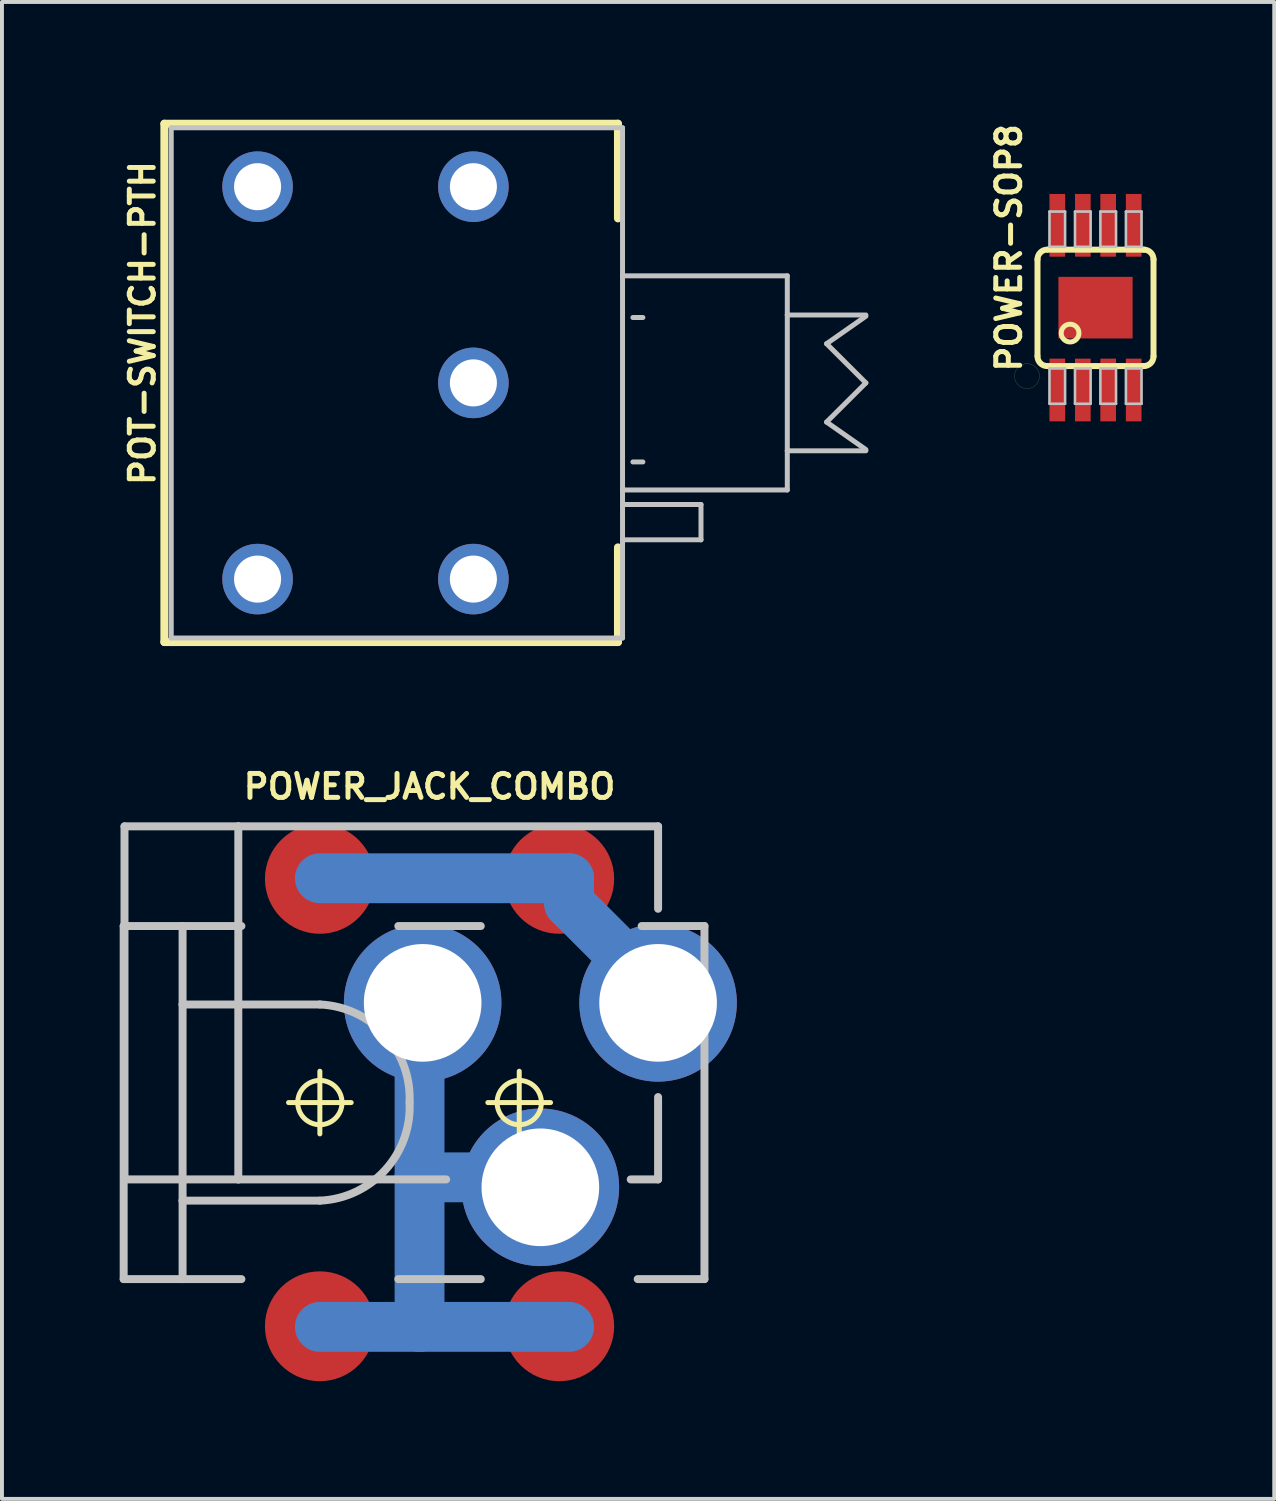
<source format=kicad_pcb>
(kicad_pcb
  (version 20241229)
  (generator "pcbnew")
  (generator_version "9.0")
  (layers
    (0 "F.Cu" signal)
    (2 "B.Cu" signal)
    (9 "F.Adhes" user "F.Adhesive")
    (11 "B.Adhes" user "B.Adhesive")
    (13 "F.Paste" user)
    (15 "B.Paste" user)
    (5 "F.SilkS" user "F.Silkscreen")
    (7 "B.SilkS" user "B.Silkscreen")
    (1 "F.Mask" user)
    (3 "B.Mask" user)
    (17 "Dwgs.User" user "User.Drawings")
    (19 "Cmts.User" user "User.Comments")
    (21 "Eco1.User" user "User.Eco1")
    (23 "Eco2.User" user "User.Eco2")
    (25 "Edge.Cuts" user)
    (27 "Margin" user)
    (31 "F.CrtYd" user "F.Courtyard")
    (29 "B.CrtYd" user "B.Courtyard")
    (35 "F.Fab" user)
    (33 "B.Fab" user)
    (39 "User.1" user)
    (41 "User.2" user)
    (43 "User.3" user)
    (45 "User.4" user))
  (footprint "POWER_JACK_COMBO"
    (layer "F.Cu")
    (at 5.1 25.043)
    (property "Reference" "POWER_JACK_COMBO" (at 2.794 -8.052 0) (layer "F.SilkS") (effects (font (size 0.61 0.61) (thickness 0.127))))
    (attr smd)
    (fp_line (start 0 -5.715) (end 6.35 -5.715) (stroke (width 1.27) (type solid)) (layer "B.Cu"))
    (fp_line (start 2.54 -2.54) (end 2.54 1.905) (stroke (width 1.27) (type solid)) (layer "B.Cu"))
    (fp_line (start 2.54 1.905) (end 2.54 5.715) (stroke (width 1.27) (type solid)) (layer "B.Cu"))
    (fp_line (start 2.54 5.715) (end 0 5.715) (stroke (width 1.27) (type solid)) (layer "B.Cu"))
    (fp_line (start 5.715 1.905) (end 2.54 1.905) (stroke (width 1.27) (type solid)) (layer "B.Cu"))
    (fp_line (start 6.35 -5.715) (end 6.35 -5.08) (stroke (width 1.27) (type solid)) (layer "B.Cu"))
    (fp_line (start 6.35 -5.08) (end 8.89 -2.54) (stroke (width 1.27) (type solid)) (layer "B.Cu"))
    (fp_line (start 6.35 5.715) (end 2.54 5.715) (stroke (width 1.27) (type solid)) (layer "B.Cu"))
    (fp_line (start -0.798 0) (end 0.798 0) (stroke (width 0.127) (type solid)) (layer "F.SilkS"))
    (fp_line (start 0 0.798) (end 0 -0.798) (stroke (width 0.127) (type solid)) (layer "F.SilkS"))
    (fp_line (start 4.28 0) (end 5.878 0) (stroke (width 0.127) (type solid)) (layer "F.SilkS"))
    (fp_line (start 5.08 0.798) (end 5.08 -0.798) (stroke (width 0.127) (type solid)) (layer "F.SilkS"))
    (fp_circle (center 0 0) (end -0.399 0.399) (stroke (width 0.127) (type solid)) (fill no) (layer "F.SilkS"))
    (fp_circle (center 5.08 0) (end 5.479 0.399) (stroke (width 0.127) (type solid)) (fill no) (layer "F.SilkS"))
    (fp_line (start -4.999 -4.498) (end -4.999 4.498) (stroke (width 0.203) (type solid)) (layer "Dwgs.User"))
    (fp_line (start -4.999 -4.498) (end -3.498 -4.498) (stroke (width 0.203) (type solid)) (layer "Dwgs.User"))
    (fp_line (start -4.978 1.958) (end -4.978 -7.038) (stroke (width 0.203) (type solid)) (layer "Dwgs.User"))
    (fp_line (start -4.978 1.958) (end -2.078 1.958) (stroke (width 0.203) (type solid)) (layer "Dwgs.User"))
    (fp_line (start -3.498 -4.498) (end -3.498 -2.499) (stroke (width 0.203) (type solid)) (layer "Dwgs.User"))
    (fp_line (start -3.498 -4.498) (end -1.999 -4.498) (stroke (width 0.203) (type solid)) (layer "Dwgs.User"))
    (fp_line (start -3.498 -2.499) (end -3.498 2.499) (stroke (width 0.203) (type solid)) (layer "Dwgs.User"))
    (fp_line (start -3.498 -2.499) (end 0 -2.499) (stroke (width 0.203) (type solid)) (layer "Dwgs.User"))
    (fp_line (start -3.498 2.499) (end -3.498 4.498) (stroke (width 0.203) (type solid)) (layer "Dwgs.User"))
    (fp_line (start -3.498 4.498) (end -4.999 4.498) (stroke (width 0.203) (type solid)) (layer "Dwgs.User"))
    (fp_line (start -2.078 -7.038) (end -4.978 -7.038) (stroke (width 0.203) (type solid)) (layer "Dwgs.User"))
    (fp_line (start -2.078 -7.038) (end -2.078 1.958) (stroke (width 0.203) (type solid)) (layer "Dwgs.User"))
    (fp_line (start -2.078 -7.038) (end 8.618 -7.038) (stroke (width 0.203) (type solid)) (layer "Dwgs.User"))
    (fp_line (start -2.078 1.958) (end 3.218 1.958) (stroke (width 0.203) (type solid)) (layer "Dwgs.User"))
    (fp_line (start -1.999 4.498) (end -3.498 4.498) (stroke (width 0.203) (type solid)) (layer "Dwgs.User"))
    (fp_line (start 0 2.499) (end -3.498 2.499) (stroke (width 0.203) (type solid)) (layer "Dwgs.User"))
    (fp_line (start 1.999 -4.498) (end 4.1 -4.498) (stroke (width 0.203) (type solid)) (layer "Dwgs.User"))
    (fp_line (start 4.1 4.498) (end 1.999 4.498) (stroke (width 0.203) (type solid)) (layer "Dwgs.User"))
    (fp_line (start 8.199 -4.498) (end 9.799 -4.498) (stroke (width 0.203) (type solid)) (layer "Dwgs.User"))
    (fp_line (start 8.618 -7.038) (end 8.618 -4.938) (stroke (width 0.203) (type solid)) (layer "Dwgs.User"))
    (fp_line (start 8.618 1.958) (end 7.92 1.958) (stroke (width 0.203) (type solid)) (layer "Dwgs.User"))
    (fp_line (start 8.618 1.958) (end 8.618 -0.14) (stroke (width 0.203) (type solid)) (layer "Dwgs.User"))
    (fp_line (start 9.799 -4.498) (end 9.799 4.498) (stroke (width 0.203) (type solid)) (layer "Dwgs.User"))
    (fp_line (start 9.799 4.498) (end 8.098 4.498) (stroke (width 0.203) (type solid)) (layer "Dwgs.User"))
    (fp_arc (start 0 -2.49936) (mid 1.660634 -1.723126) (end 2.286 0) (stroke (width 0.2032) (type solid)) (layer "Dwgs.User"))
    (fp_arc (start 2.286 0) (mid 1.660634 1.723126) (end 0 2.49936) (stroke (width 0.2032) (type solid)) (layer "Dwgs.User"))
    (pad "GND" thru_hole circle (at 5.618 2.159) (size 4.013 4.013) (drill 2.997) (layers "*.Cu" "*.Paste" "*.Mask"))
    (pad "GND@" smd circle (at 0 5.7) (size 2.799 2.799) (layers "F.Cu" "F.Mask" "F.Paste"))
    (pad "GND@" thru_hole circle (at 2.619 -2.54) (size 4.013 4.013) (drill 2.997) (layers "*.Cu" "*.Paste" "*.Mask"))
    (pad "GND@" smd circle (at 6.099 5.7) (size 2.799 2.799) (layers "F.Cu" "F.Mask" "F.Paste"))
    (pad "POWE" smd circle (at 0 -5.7) (size 2.799 2.799) (layers "F.Cu" "F.Mask" "F.Paste"))
    (pad "POWE" smd circle (at 6.099 -5.7) (size 2.799 2.799) (layers "F.Cu" "F.Mask" "F.Paste"))
    (pad "POWE" thru_hole circle (at 8.618 -2.54) (size 4.013 4.013) (drill 2.997) (layers "*.Cu" "*.Paste" "*.Mask")))
  (footprint "POT-SWITCH-PTH"
    (layer "F.Cu")
    (at 9.012 6.706)
    (property "Reference" "POT-SWITCH-PTH" (at -8.433 -1.524 90) (layer "F.SilkS") (effects (font (size 0.61 0.61) (thickness 0.127))))
    (attr exclude_from_pos_files exclude_from_bom)
    (fp_line (start -7.874 -6.604) (end 3.683 -6.604) (stroke (width 0.203) (type solid)) (layer "F.SilkS"))
    (fp_line (start -7.874 6.604) (end -7.874 -6.604) (stroke (width 0.203) (type solid)) (layer "F.SilkS"))
    (fp_line (start -7.874 6.604) (end 3.683 6.604) (stroke (width 0.203) (type solid)) (layer "F.SilkS"))
    (fp_line (start 3.683 -6.604) (end 3.683 -4.191) (stroke (width 0.203) (type solid)) (layer "F.SilkS"))
    (fp_line (start 3.683 6.604) (end 3.683 4.191) (stroke (width 0.203) (type solid)) (layer "F.SilkS"))
    (fp_line (start -7.699 -6.5) (end -7.699 6.5) (stroke (width 0.127) (type solid)) (layer "Dwgs.User"))
    (fp_line (start -7.699 -6.5) (end 3.8 -6.5) (stroke (width 0.127) (type solid)) (layer "Dwgs.User"))
    (fp_line (start -7.699 6.5) (end 3.8 6.5) (stroke (width 0.127) (type solid)) (layer "Dwgs.User"))
    (fp_line (start 3.8 -6.5) (end 3.8 -2.728) (stroke (width 0.127) (type solid)) (layer "Dwgs.User"))
    (fp_line (start 3.8 -2.728) (end 3.8 2.728) (stroke (width 0.127) (type solid)) (layer "Dwgs.User"))
    (fp_line (start 3.8 -2.728) (end 7.998 -2.728) (stroke (width 0.127) (type solid)) (layer "Dwgs.User"))
    (fp_line (start 3.8 2.728) (end 3.8 3.099) (stroke (width 0.127) (type solid)) (layer "Dwgs.User"))
    (fp_line (start 3.8 3.099) (end 3.8 3.998) (stroke (width 0.127) (type solid)) (layer "Dwgs.User"))
    (fp_line (start 3.8 3.099) (end 5.799 3.099) (stroke (width 0.127) (type solid)) (layer "Dwgs.User"))
    (fp_line (start 3.8 3.998) (end 3.8 6.5) (stroke (width 0.127) (type solid)) (layer "Dwgs.User"))
    (fp_line (start 4.318 -1.666) (end 4.064 -1.666) (stroke (width 0.127) (type solid)) (layer "Dwgs.User"))
    (fp_line (start 4.318 2.014) (end 4.064 2.014) (stroke (width 0.127) (type solid)) (layer "Dwgs.User"))
    (fp_line (start 5.799 3.099) (end 5.799 3.998) (stroke (width 0.127) (type solid)) (layer "Dwgs.User"))
    (fp_line (start 5.799 3.998) (end 3.8 3.998) (stroke (width 0.127) (type solid)) (layer "Dwgs.User"))
    (fp_line (start 7.998 -2.728) (end 7.998 -1.73) (stroke (width 0.127) (type solid)) (layer "Dwgs.User"))
    (fp_line (start 7.998 -1.73) (end 7.998 1.73) (stroke (width 0.127) (type solid)) (layer "Dwgs.User"))
    (fp_line (start 7.998 -1.73) (end 10 -1.73) (stroke (width 0.127) (type solid)) (layer "Dwgs.User"))
    (fp_line (start 7.998 1.73) (end 7.998 2.728) (stroke (width 0.127) (type solid)) (layer "Dwgs.User"))
    (fp_line (start 7.998 2.728) (end 3.8 2.728) (stroke (width 0.127) (type solid)) (layer "Dwgs.User"))
    (fp_line (start 8.999 -0.998) (end 10 0) (stroke (width 0.127) (type solid)) (layer "Dwgs.User"))
    (fp_line (start 8.999 0.998) (end 10 1.699) (stroke (width 0.127) (type solid)) (layer "Dwgs.User"))
    (fp_line (start 10 -1.699) (end 8.999 -0.998) (stroke (width 0.127) (type solid)) (layer "Dwgs.User"))
    (fp_line (start 10 0) (end 8.999 0.998) (stroke (width 0.127) (type solid)) (layer "Dwgs.User"))
    (fp_line (start 10 1.73) (end 7.998 1.73) (stroke (width 0.127) (type solid)) (layer "Dwgs.User"))
    (pad "1" thru_hole circle (at 0 4.999) (size 1.798 1.798) (drill 1.199) (layers "*.Cu" "*.Paste" "*.Mask"))
    (pad "2" thru_hole circle (at 0 0) (size 1.798 1.798) (drill 1.199) (layers "*.Cu" "*.Paste" "*.Mask"))
    (pad "3" thru_hole circle (at 0 -4.999) (size 1.798 1.798) (drill 1.199) (layers "*.Cu" "*.Paste" "*.Mask"))
    (pad "S1" thru_hole circle (at -5.499 -4.999) (size 1.798 1.798) (drill 1.199) (layers "*.Cu" "*.Paste" "*.Mask"))
    (pad "S2" thru_hole circle (at -5.499 4.999) (size 1.798 1.798) (drill 1.199) (layers "*.Cu" "*.Paste" "*.Mask")))
  (footprint "POWER-SOP8"
    (layer "F.Cu")
    (at 24.863 4.789)
    (property "Reference" "POWER-SOP8" (at -2.207 -1.524 90) (layer "F.SilkS") (effects (font (size 0.61 0.61) (thickness 0.127))))
    (attr smd)
    (fp_line (start -2.062 1.745) (end -2.055 1.816) (stroke (width 0.003) (type solid)) (layer "F.SilkS"))
    (fp_line (start -2.055 1.674) (end -2.062 1.745) (stroke (width 0.003) (type solid)) (layer "F.SilkS"))
    (fp_line (start -2.055 1.816) (end -2.032 1.882) (stroke (width 0.003) (type solid)) (layer "F.SilkS"))
    (fp_line (start -2.032 1.608) (end -2.055 1.674) (stroke (width 0.003) (type solid)) (layer "F.SilkS"))
    (fp_line (start -2.032 1.882) (end -1.994 1.943) (stroke (width 0.003) (type solid)) (layer "F.SilkS"))
    (fp_line (start -1.994 1.547) (end -2.032 1.608) (stroke (width 0.003) (type solid)) (layer "F.SilkS"))
    (fp_line (start -1.994 1.943) (end -1.943 1.994) (stroke (width 0.003) (type solid)) (layer "F.SilkS"))
    (fp_line (start -1.943 1.496) (end -1.994 1.547) (stroke (width 0.003) (type solid)) (layer "F.SilkS"))
    (fp_line (start -1.943 1.994) (end -1.882 2.032) (stroke (width 0.003) (type solid)) (layer "F.SilkS"))
    (fp_line (start -1.882 1.458) (end -1.943 1.496) (stroke (width 0.003) (type solid)) (layer "F.SilkS"))
    (fp_line (start -1.882 2.032) (end -1.816 2.055) (stroke (width 0.003) (type solid)) (layer "F.SilkS"))
    (fp_line (start -1.816 1.435) (end -1.882 1.458) (stroke (width 0.003) (type solid)) (layer "F.SilkS"))
    (fp_line (start -1.816 2.055) (end -1.745 2.062) (stroke (width 0.003) (type solid)) (layer "F.SilkS"))
    (fp_line (start -1.745 1.427) (end -1.816 1.435) (stroke (width 0.003) (type solid)) (layer "F.SilkS"))
    (fp_line (start -1.745 2.062) (end -1.674 2.055) (stroke (width 0.003) (type solid)) (layer "F.SilkS"))
    (fp_line (start -1.674 1.435) (end -1.745 1.427) (stroke (width 0.003) (type solid)) (layer "F.SilkS"))
    (fp_line (start -1.674 2.055) (end -1.608 2.032) (stroke (width 0.003) (type solid)) (layer "F.SilkS"))
    (fp_line (start -1.608 1.458) (end -1.674 1.435) (stroke (width 0.003) (type solid)) (layer "F.SilkS"))
    (fp_line (start -1.608 2.032) (end -1.547 1.994) (stroke (width 0.003) (type solid)) (layer "F.SilkS"))
    (fp_line (start -1.547 1.496) (end -1.608 1.458) (stroke (width 0.003) (type solid)) (layer "F.SilkS"))
    (fp_line (start -1.547 1.994) (end -1.496 1.943) (stroke (width 0.003) (type solid)) (layer "F.SilkS"))
    (fp_line (start -1.496 1.547) (end -1.547 1.496) (stroke (width 0.003) (type solid)) (layer "F.SilkS"))
    (fp_line (start -1.496 1.943) (end -1.458 1.882) (stroke (width 0.003) (type solid)) (layer "F.SilkS"))
    (fp_line (start -1.478 -1.229) (end -1.478 1.229) (stroke (width 0.152) (type solid)) (layer "F.SilkS"))
    (fp_line (start -1.458 1.608) (end -1.496 1.547) (stroke (width 0.003) (type solid)) (layer "F.SilkS"))
    (fp_line (start -1.458 1.882) (end -1.435 1.816) (stroke (width 0.003) (type solid)) (layer "F.SilkS"))
    (fp_line (start -1.435 1.674) (end -1.458 1.608) (stroke (width 0.003) (type solid)) (layer "F.SilkS"))
    (fp_line (start -1.435 1.816) (end -1.427 1.745) (stroke (width 0.003) (type solid)) (layer "F.SilkS"))
    (fp_line (start -1.427 1.745) (end -1.435 1.674) (stroke (width 0.003) (type solid)) (layer "F.SilkS"))
    (fp_line (start -1.219 -1.478) (end 1.24 -1.478) (stroke (width 0.152) (type solid)) (layer "F.SilkS"))
    (fp_line (start 1.24 1.488) (end -1.219 1.488) (stroke (width 0.152) (type solid)) (layer "F.SilkS"))
    (fp_line (start 1.478 1.24) (end 1.478 -1.229) (stroke (width 0.152) (type solid)) (layer "F.SilkS"))
    (fp_arc (start -1.47828 -1.22936) (mid -1.405373 -1.405373) (end -1.22936 -1.47828) (stroke (width 0.1524) (type solid)) (layer "F.SilkS"))
    (fp_arc (start -1.22936 1.48844) (mid -1.405373 1.415533) (end -1.47828 1.23952) (stroke (width 0.1524) (type solid)) (layer "F.SilkS"))
    (fp_arc (start 1.22936 -1.47828) (mid 1.405373 -1.405373) (end 1.47828 -1.22936) (stroke (width 0.1524) (type solid)) (layer "F.SilkS"))
    (fp_arc (start 1.47828 1.23952) (mid 1.405373 1.415533) (end 1.22936 1.48844) (stroke (width 0.1524) (type solid)) (layer "F.SilkS"))
    (fp_circle (center -0.648 0.648) (end -0.808 0.808) (stroke (width 0.127) (type solid)) (fill no) (layer "F.SilkS"))
    (fp_line (start -1.173 -2.449) (end -0.775 -2.449) (stroke (width 0.066) (type solid)) (layer "Dwgs.User"))
    (fp_line (start -1.173 -1.549) (end -1.173 -2.449) (stroke (width 0.066) (type solid)) (layer "Dwgs.User"))
    (fp_line (start -1.173 -1.549) (end -0.775 -1.549) (stroke (width 0.066) (type solid)) (layer "Dwgs.User"))
    (fp_line (start -1.173 1.549) (end -0.775 1.549) (stroke (width 0.066) (type solid)) (layer "Dwgs.User"))
    (fp_line (start -1.173 2.449) (end -1.173 1.549) (stroke (width 0.066) (type solid)) (layer "Dwgs.User"))
    (fp_line (start -1.173 2.449) (end -0.775 2.449) (stroke (width 0.066) (type solid)) (layer "Dwgs.User"))
    (fp_line (start -0.775 -1.549) (end -0.775 -2.449) (stroke (width 0.066) (type solid)) (layer "Dwgs.User"))
    (fp_line (start -0.775 2.449) (end -0.775 1.549) (stroke (width 0.066) (type solid)) (layer "Dwgs.User"))
    (fp_line (start -0.523 -2.449) (end -0.124 -2.449) (stroke (width 0.066) (type solid)) (layer "Dwgs.User"))
    (fp_line (start -0.523 -1.549) (end -0.523 -2.449) (stroke (width 0.066) (type solid)) (layer "Dwgs.User"))
    (fp_line (start -0.523 -1.549) (end -0.124 -1.549) (stroke (width 0.066) (type solid)) (layer "Dwgs.User"))
    (fp_line (start -0.523 1.549) (end -0.124 1.549) (stroke (width 0.066) (type solid)) (layer "Dwgs.User"))
    (fp_line (start -0.523 2.449) (end -0.523 1.549) (stroke (width 0.066) (type solid)) (layer "Dwgs.User"))
    (fp_line (start -0.523 2.449) (end -0.124 2.449) (stroke (width 0.066) (type solid)) (layer "Dwgs.User"))
    (fp_line (start -0.124 -1.549) (end -0.124 -2.449) (stroke (width 0.066) (type solid)) (layer "Dwgs.User"))
    (fp_line (start -0.124 2.449) (end -0.124 1.549) (stroke (width 0.066) (type solid)) (layer "Dwgs.User"))
    (fp_line (start 0.124 -2.449) (end 0.523 -2.449) (stroke (width 0.066) (type solid)) (layer "Dwgs.User"))
    (fp_line (start 0.124 -1.549) (end 0.124 -2.449) (stroke (width 0.066) (type solid)) (layer "Dwgs.User"))
    (fp_line (start 0.124 -1.549) (end 0.523 -1.549) (stroke (width 0.066) (type solid)) (layer "Dwgs.User"))
    (fp_line (start 0.124 1.549) (end 0.523 1.549) (stroke (width 0.066) (type solid)) (layer "Dwgs.User"))
    (fp_line (start 0.124 2.449) (end 0.124 1.549) (stroke (width 0.066) (type solid)) (layer "Dwgs.User"))
    (fp_line (start 0.124 2.449) (end 0.523 2.449) (stroke (width 0.066) (type solid)) (layer "Dwgs.User"))
    (fp_line (start 0.523 -1.549) (end 0.523 -2.449) (stroke (width 0.066) (type solid)) (layer "Dwgs.User"))
    (fp_line (start 0.523 2.449) (end 0.523 1.549) (stroke (width 0.066) (type solid)) (layer "Dwgs.User"))
    (fp_line (start 0.775 -2.449) (end 1.173 -2.449) (stroke (width 0.066) (type solid)) (layer "Dwgs.User"))
    (fp_line (start 0.775 -1.549) (end 0.775 -2.449) (stroke (width 0.066) (type solid)) (layer "Dwgs.User"))
    (fp_line (start 0.775 -1.549) (end 1.173 -1.549) (stroke (width 0.066) (type solid)) (layer "Dwgs.User"))
    (fp_line (start 0.775 1.549) (end 1.173 1.549) (stroke (width 0.066) (type solid)) (layer "Dwgs.User"))
    (fp_line (start 0.775 2.449) (end 0.775 1.549) (stroke (width 0.066) (type solid)) (layer "Dwgs.User"))
    (fp_line (start 0.775 2.449) (end 1.173 2.449) (stroke (width 0.066) (type solid)) (layer "Dwgs.User"))
    (fp_line (start 1.173 -1.549) (end 1.173 -2.449) (stroke (width 0.066) (type solid)) (layer "Dwgs.User"))
    (fp_line (start 1.173 2.449) (end 1.173 1.549) (stroke (width 0.066) (type solid)) (layer "Dwgs.User"))
    (pad "1" smd rect (at -0.973 2.098) (size 0.399 1.598) (layers "F.Cu" "F.Mask" "F.Paste"))
    (pad "2" smd rect (at -0.323 2.098) (size 0.399 1.598) (layers "F.Cu" "F.Mask" "F.Paste"))
    (pad "3" smd rect (at 0.323 2.098) (size 0.399 1.598) (layers "F.Cu" "F.Mask" "F.Paste"))
    (pad "4" smd rect (at 0.973 2.098) (size 0.399 1.598) (layers "F.Cu" "F.Mask" "F.Paste"))
    (pad "5" smd rect (at 0.973 -2.098) (size 0.399 1.598) (layers "F.Cu" "F.Mask" "F.Paste"))
    (pad "6" smd rect (at 0.323 -2.098) (size 0.399 1.598) (layers "F.Cu" "F.Mask" "F.Paste"))
    (pad "7" smd rect (at -0.323 -2.098) (size 0.399 1.598) (layers "F.Cu" "F.Mask" "F.Paste"))
    (pad "8" smd rect (at -0.973 -2.098) (size 0.399 1.598) (layers "F.Cu" "F.Mask" "F.Paste"))
    (pad "9" smd rect (at 0 0) (size 1.89 1.57) (layers "F.Cu" "F.Mask" "F.Paste")))
  (gr_rect
    (start -3 -3)
    (end 29.417 35.142)
    (stroke (width 0.1) (type default))
    (fill no)
    (layer "Edge.Cuts")))
</source>
